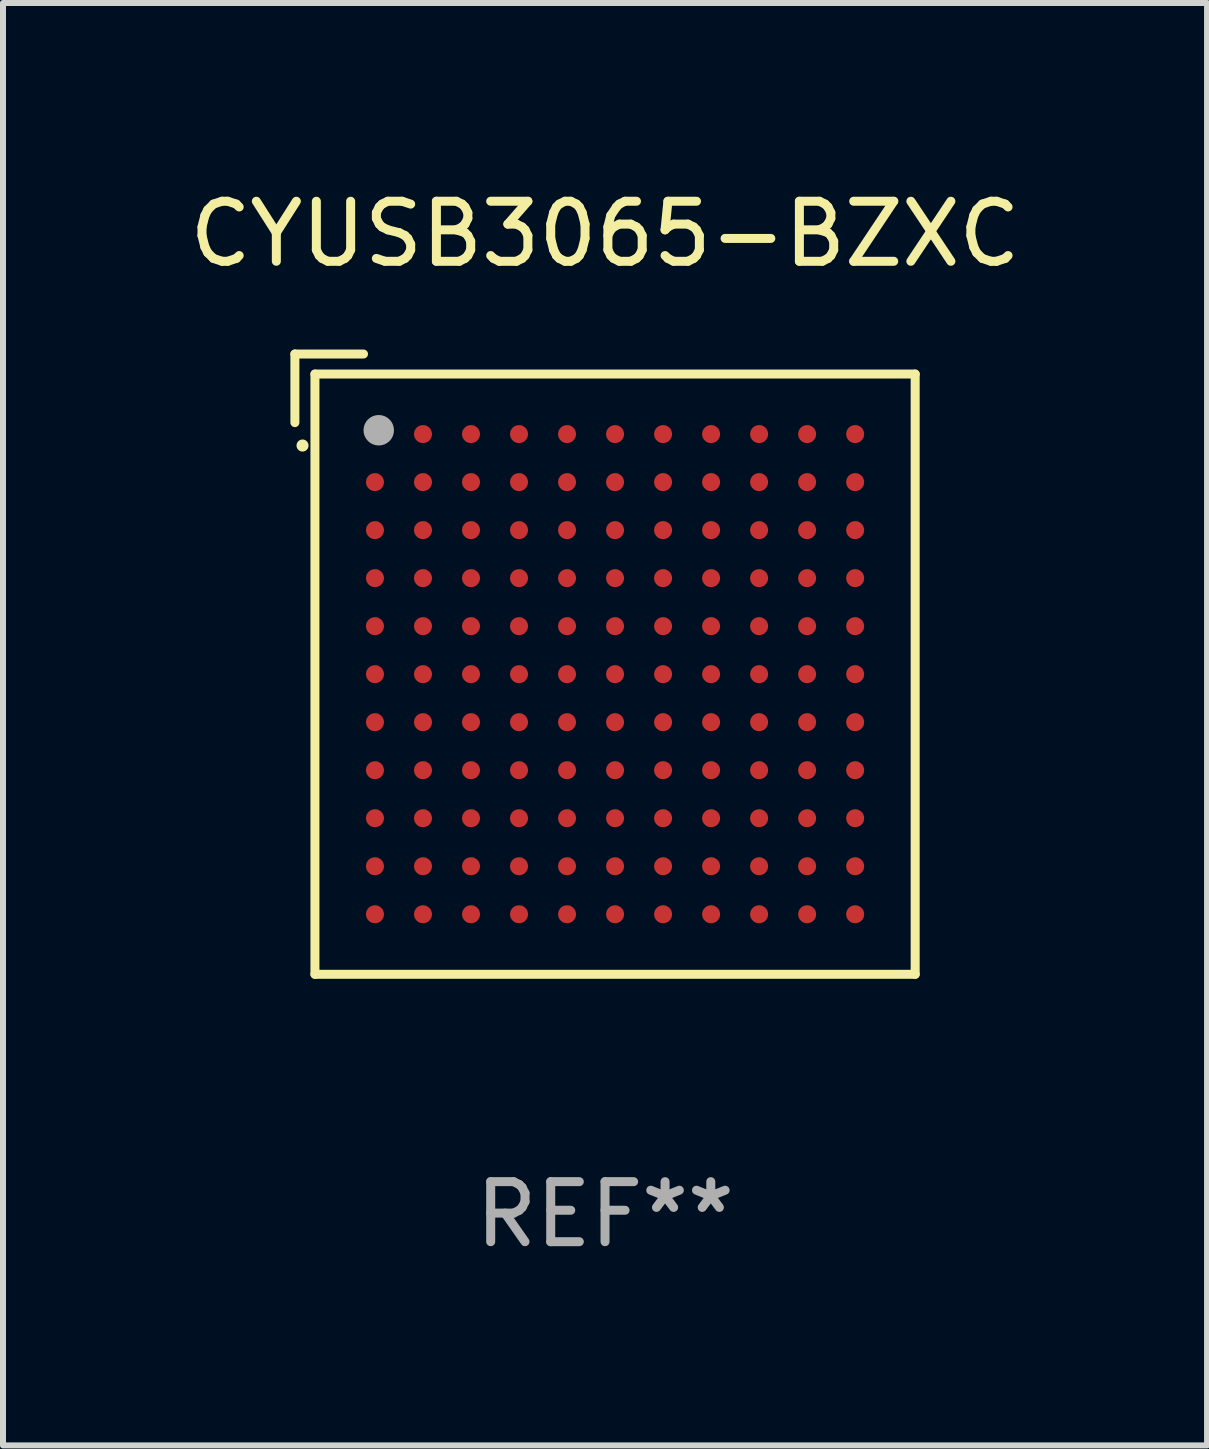
<source format=kicad_pcb>
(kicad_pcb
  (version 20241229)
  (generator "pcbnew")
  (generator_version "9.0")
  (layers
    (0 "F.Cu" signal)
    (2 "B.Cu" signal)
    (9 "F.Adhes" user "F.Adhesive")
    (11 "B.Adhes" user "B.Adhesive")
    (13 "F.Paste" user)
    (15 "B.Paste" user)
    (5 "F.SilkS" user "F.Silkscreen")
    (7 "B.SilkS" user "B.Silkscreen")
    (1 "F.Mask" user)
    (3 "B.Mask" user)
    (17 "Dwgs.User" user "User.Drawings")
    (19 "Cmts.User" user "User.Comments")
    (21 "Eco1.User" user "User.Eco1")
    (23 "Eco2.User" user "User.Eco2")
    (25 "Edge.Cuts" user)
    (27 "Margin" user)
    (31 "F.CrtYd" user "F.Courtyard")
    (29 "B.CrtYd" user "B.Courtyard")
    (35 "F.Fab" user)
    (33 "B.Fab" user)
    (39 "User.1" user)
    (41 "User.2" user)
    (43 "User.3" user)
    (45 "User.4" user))
  (footprint "CYUSB3065-BZXC"
    (layer "F.Cu")
    (at 7.03 8.015)
    (property "Reference" "CYUSB3065-BZXC" (at 0 -7.167 0) (layer "F.SilkS") (effects (font (size 1 1) (thickness 0.15))))
    (attr through_hole)
    (fp_line (start -5.167 -5.167) (end -5.167 -4.024) (stroke (width 0.15) (type solid)) (layer "F.SilkS"))
    (fp_line (start -4.833 -4.833) (end 5.167 -4.833) (stroke (width 0.15) (type solid)) (layer "F.SilkS"))
    (fp_line (start -4.833 5.167) (end -4.833 -4.833) (stroke (width 0.15) (type solid)) (layer "F.SilkS"))
    (fp_line (start -4.024 -5.167) (end -5.167 -5.167) (stroke (width 0.15) (type solid)) (layer "F.SilkS"))
    (fp_line (start 5.167 -4.833) (end 5.167 5.167) (stroke (width 0.15) (type solid)) (layer "F.SilkS"))
    (fp_line (start 5.167 5.167) (end -4.833 5.167) (stroke (width 0.15) (type solid)) (layer "F.SilkS"))
    (fp_arc (start -5.040005 -3.641732) (mid -5.040007 -3.642367) (end -5.040005 -3.643002) (stroke (width 0.2) (type solid)) (layer "F.SilkS"))
    (fp_circle (center -4.833 -4.833) (end -4.803 -4.833) (stroke (width 0.06) (type solid)) (fill no) (layer "F.SilkS"))
    (fp_circle (center -3.77 -3.897) (end -3.643 -3.897) (stroke (width 0.254) (type solid)) (fill no) (layer "F.Fab"))
    (fp_text user "REF**" (at 0 9.167 0) (layer "F.Fab") (effects (font (size 1 1) (thickness 0.15))))
    (pad "A1" smd circle (at -3.833 -3.833) (size 0.3 0.3) (layers "F.Cu" "F.Mask" "F.Paste"))
    (pad "A2" smd circle (at -3.033 -3.833) (size 0.3 0.3) (layers "F.Cu" "F.Mask" "F.Paste"))
    (pad "A3" smd circle (at -2.233 -3.833) (size 0.3 0.3) (layers "F.Cu" "F.Mask" "F.Paste"))
    (pad "A4" smd circle (at -1.433 -3.833) (size 0.3 0.3) (layers "F.Cu" "F.Mask" "F.Paste"))
    (pad "A5" smd circle (at -0.633 -3.833) (size 0.3 0.3) (layers "F.Cu" "F.Mask" "F.Paste"))
    (pad "A6" smd circle (at 0.167 -3.833) (size 0.3 0.3) (layers "F.Cu" "F.Mask" "F.Paste"))
    (pad "A7" smd circle (at 0.967 -3.833) (size 0.3 0.3) (layers "F.Cu" "F.Mask" "F.Paste"))
    (pad "A8" smd circle (at 1.767 -3.833) (size 0.3 0.3) (layers "F.Cu" "F.Mask" "F.Paste"))
    (pad "A9" smd circle (at 2.567 -3.833) (size 0.3 0.3) (layers "F.Cu" "F.Mask" "F.Paste"))
    (pad "A10" smd circle (at 3.367 -3.833) (size 0.3 0.3) (layers "F.Cu" "F.Mask" "F.Paste"))
    (pad "A11" smd circle (at 4.167 -3.833) (size 0.3 0.3) (layers "F.Cu" "F.Mask" "F.Paste"))
    (pad "B1" smd circle (at -3.833 -3.033) (size 0.3 0.3) (layers "F.Cu" "F.Mask" "F.Paste"))
    (pad "B2" smd circle (at -3.033 -3.033) (size 0.3 0.3) (layers "F.Cu" "F.Mask" "F.Paste"))
    (pad "B3" smd circle (at -2.233 -3.033) (size 0.3 0.3) (layers "F.Cu" "F.Mask" "F.Paste"))
    (pad "B4" smd circle (at -1.433 -3.033) (size 0.3 0.3) (layers "F.Cu" "F.Mask" "F.Paste"))
    (pad "B5" smd circle (at -0.633 -3.033) (size 0.3 0.3) (layers "F.Cu" "F.Mask" "F.Paste"))
    (pad "B6" smd circle (at 0.167 -3.033) (size 0.3 0.3) (layers "F.Cu" "F.Mask" "F.Paste"))
    (pad "B7" smd circle (at 0.967 -3.033) (size 0.3 0.3) (layers "F.Cu" "F.Mask" "F.Paste"))
    (pad "B8" smd circle (at 1.767 -3.033) (size 0.3 0.3) (layers "F.Cu" "F.Mask" "F.Paste"))
    (pad "B9" smd circle (at 2.567 -3.033) (size 0.3 0.3) (layers "F.Cu" "F.Mask" "F.Paste"))
    (pad "B10" smd circle (at 3.367 -3.033) (size 0.3 0.3) (layers "F.Cu" "F.Mask" "F.Paste"))
    (pad "B11" smd circle (at 4.167 -3.033) (size 0.3 0.3) (layers "F.Cu" "F.Mask" "F.Paste"))
    (pad "C1" smd circle (at -3.833 -2.233) (size 0.3 0.3) (layers "F.Cu" "F.Mask" "F.Paste"))
    (pad "C2" smd circle (at -3.033 -2.233) (size 0.3 0.3) (layers "F.Cu" "F.Mask" "F.Paste"))
    (pad "C3" smd circle (at -2.233 -2.233) (size 0.3 0.3) (layers "F.Cu" "F.Mask" "F.Paste"))
    (pad "C4" smd circle (at -1.433 -2.233) (size 0.3 0.3) (layers "F.Cu" "F.Mask" "F.Paste"))
    (pad "C5" smd circle (at -0.633 -2.233) (size 0.3 0.3) (layers "F.Cu" "F.Mask" "F.Paste"))
    (pad "C6" smd circle (at 0.167 -2.233) (size 0.3 0.3) (layers "F.Cu" "F.Mask" "F.Paste"))
    (pad "C7" smd circle (at 0.967 -2.233) (size 0.3 0.3) (layers "F.Cu" "F.Mask" "F.Paste"))
    (pad "C8" smd circle (at 1.767 -2.233) (size 0.3 0.3) (layers "F.Cu" "F.Mask" "F.Paste"))
    (pad "C9" smd circle (at 2.567 -2.233) (size 0.3 0.3) (layers "F.Cu" "F.Mask" "F.Paste"))
    (pad "C10" smd circle (at 3.367 -2.233) (size 0.3 0.3) (layers "F.Cu" "F.Mask" "F.Paste"))
    (pad "C11" smd circle (at 4.167 -2.233) (size 0.3 0.3) (layers "F.Cu" "F.Mask" "F.Paste"))
    (pad "D1" smd circle (at -3.833 -1.433) (size 0.3 0.3) (layers "F.Cu" "F.Mask" "F.Paste"))
    (pad "D2" smd circle (at -3.033 -1.433) (size 0.3 0.3) (layers "F.Cu" "F.Mask" "F.Paste"))
    (pad "D3" smd circle (at -2.233 -1.433) (size 0.3 0.3) (layers "F.Cu" "F.Mask" "F.Paste"))
    (pad "D4" smd circle (at -1.433 -1.433) (size 0.3 0.3) (layers "F.Cu" "F.Mask" "F.Paste"))
    (pad "D5" smd circle (at -0.633 -1.433) (size 0.3 0.3) (layers "F.Cu" "F.Mask" "F.Paste"))
    (pad "D6" smd circle (at 0.167 -1.433) (size 0.3 0.3) (layers "F.Cu" "F.Mask" "F.Paste"))
    (pad "D7" smd circle (at 0.967 -1.433) (size 0.3 0.3) (layers "F.Cu" "F.Mask" "F.Paste"))
    (pad "D8" smd circle (at 1.767 -1.433) (size 0.3 0.3) (layers "F.Cu" "F.Mask" "F.Paste"))
    (pad "D9" smd circle (at 2.567 -1.433) (size 0.3 0.3) (layers "F.Cu" "F.Mask" "F.Paste"))
    (pad "D10" smd circle (at 3.367 -1.433) (size 0.3 0.3) (layers "F.Cu" "F.Mask" "F.Paste"))
    (pad "D11" smd circle (at 4.167 -1.433) (size 0.3 0.3) (layers "F.Cu" "F.Mask" "F.Paste"))
    (pad "E1" smd circle (at -3.833 -0.633) (size 0.3 0.3) (layers "F.Cu" "F.Mask" "F.Paste"))
    (pad "E2" smd circle (at -3.033 -0.633) (size 0.3 0.3) (layers "F.Cu" "F.Mask" "F.Paste"))
    (pad "E3" smd circle (at -2.233 -0.633) (size 0.3 0.3) (layers "F.Cu" "F.Mask" "F.Paste"))
    (pad "E4" smd circle (at -1.433 -0.633) (size 0.3 0.3) (layers "F.Cu" "F.Mask" "F.Paste"))
    (pad "E5" smd circle (at -0.633 -0.633) (size 0.3 0.3) (layers "F.Cu" "F.Mask" "F.Paste"))
    (pad "E6" smd circle (at 0.167 -0.633) (size 0.3 0.3) (layers "F.Cu" "F.Mask" "F.Paste"))
    (pad "E7" smd circle (at 0.967 -0.633) (size 0.3 0.3) (layers "F.Cu" "F.Mask" "F.Paste"))
    (pad "E8" smd circle (at 1.767 -0.633) (size 0.3 0.3) (layers "F.Cu" "F.Mask" "F.Paste"))
    (pad "E9" smd circle (at 2.567 -0.633) (size 0.3 0.3) (layers "F.Cu" "F.Mask" "F.Paste"))
    (pad "E10" smd circle (at 3.367 -0.633) (size 0.3 0.3) (layers "F.Cu" "F.Mask" "F.Paste"))
    (pad "E11" smd circle (at 4.167 -0.633) (size 0.3 0.3) (layers "F.Cu" "F.Mask" "F.Paste"))
    (pad "F1" smd circle (at -3.833 0.167) (size 0.3 0.3) (layers "F.Cu" "F.Mask" "F.Paste"))
    (pad "F2" smd circle (at -3.033 0.167) (size 0.3 0.3) (layers "F.Cu" "F.Mask" "F.Paste"))
    (pad "F3" smd circle (at -2.233 0.167) (size 0.3 0.3) (layers "F.Cu" "F.Mask" "F.Paste"))
    (pad "F4" smd circle (at -1.433 0.167) (size 0.3 0.3) (layers "F.Cu" "F.Mask" "F.Paste"))
    (pad "F5" smd circle (at -0.633 0.167) (size 0.3 0.3) (layers "F.Cu" "F.Mask" "F.Paste"))
    (pad "F6" smd circle (at 0.167 0.167) (size 0.3 0.3) (layers "F.Cu" "F.Mask" "F.Paste"))
    (pad "F7" smd circle (at 0.967 0.167) (size 0.3 0.3) (layers "F.Cu" "F.Mask" "F.Paste"))
    (pad "F8" smd circle (at 1.767 0.167) (size 0.3 0.3) (layers "F.Cu" "F.Mask" "F.Paste"))
    (pad "F9" smd circle (at 2.567 0.167) (size 0.3 0.3) (layers "F.Cu" "F.Mask" "F.Paste"))
    (pad "F10" smd circle (at 3.367 0.167) (size 0.3 0.3) (layers "F.Cu" "F.Mask" "F.Paste"))
    (pad "F11" smd circle (at 4.167 0.167) (size 0.3 0.3) (layers "F.Cu" "F.Mask" "F.Paste"))
    (pad "G1" smd circle (at -3.833 0.967) (size 0.3 0.3) (layers "F.Cu" "F.Mask" "F.Paste"))
    (pad "G2" smd circle (at -3.033 0.967) (size 0.3 0.3) (layers "F.Cu" "F.Mask" "F.Paste"))
    (pad "G3" smd circle (at -2.233 0.967) (size 0.3 0.3) (layers "F.Cu" "F.Mask" "F.Paste"))
    (pad "G4" smd circle (at -1.433 0.967) (size 0.3 0.3) (layers "F.Cu" "F.Mask" "F.Paste"))
    (pad "G5" smd circle (at -0.633 0.967) (size 0.3 0.3) (layers "F.Cu" "F.Mask" "F.Paste"))
    (pad "G6" smd circle (at 0.167 0.967) (size 0.3 0.3) (layers "F.Cu" "F.Mask" "F.Paste"))
    (pad "G7" smd circle (at 0.967 0.967) (size 0.3 0.3) (layers "F.Cu" "F.Mask" "F.Paste"))
    (pad "G8" smd circle (at 1.767 0.967) (size 0.3 0.3) (layers "F.Cu" "F.Mask" "F.Paste"))
    (pad "G9" smd circle (at 2.567 0.967) (size 0.3 0.3) (layers "F.Cu" "F.Mask" "F.Paste"))
    (pad "G10" smd circle (at 3.367 0.967) (size 0.3 0.3) (layers "F.Cu" "F.Mask" "F.Paste"))
    (pad "G11" smd circle (at 4.167 0.967) (size 0.3 0.3) (layers "F.Cu" "F.Mask" "F.Paste"))
    (pad "H1" smd circle (at -3.833 1.767) (size 0.3 0.3) (layers "F.Cu" "F.Mask" "F.Paste"))
    (pad "H2" smd circle (at -3.033 1.767) (size 0.3 0.3) (layers "F.Cu" "F.Mask" "F.Paste"))
    (pad "H3" smd circle (at -2.233 1.767) (size 0.3 0.3) (layers "F.Cu" "F.Mask" "F.Paste"))
    (pad "H4" smd circle (at -1.433 1.767) (size 0.3 0.3) (layers "F.Cu" "F.Mask" "F.Paste"))
    (pad "H5" smd circle (at -0.633 1.767) (size 0.3 0.3) (layers "F.Cu" "F.Mask" "F.Paste"))
    (pad "H6" smd circle (at 0.167 1.767) (size 0.3 0.3) (layers "F.Cu" "F.Mask" "F.Paste"))
    (pad "H7" smd circle (at 0.967 1.767) (size 0.3 0.3) (layers "F.Cu" "F.Mask" "F.Paste"))
    (pad "H8" smd circle (at 1.767 1.767) (size 0.3 0.3) (layers "F.Cu" "F.Mask" "F.Paste"))
    (pad "H9" smd circle (at 2.567 1.767) (size 0.3 0.3) (layers "F.Cu" "F.Mask" "F.Paste"))
    (pad "H10" smd circle (at 3.367 1.767) (size 0.3 0.3) (layers "F.Cu" "F.Mask" "F.Paste"))
    (pad "H11" smd circle (at 4.167 1.767) (size 0.3 0.3) (layers "F.Cu" "F.Mask" "F.Paste"))
    (pad "J1" smd circle (at -3.833 2.567) (size 0.3 0.3) (layers "F.Cu" "F.Mask" "F.Paste"))
    (pad "J2" smd circle (at -3.033 2.567) (size 0.3 0.3) (layers "F.Cu" "F.Mask" "F.Paste"))
    (pad "J3" smd circle (at -2.233 2.567) (size 0.3 0.3) (layers "F.Cu" "F.Mask" "F.Paste"))
    (pad "J4" smd circle (at -1.433 2.567) (size 0.3 0.3) (layers "F.Cu" "F.Mask" "F.Paste"))
    (pad "J5" smd circle (at -0.633 2.567) (size 0.3 0.3) (layers "F.Cu" "F.Mask" "F.Paste"))
    (pad "J6" smd circle (at 0.167 2.567) (size 0.3 0.3) (layers "F.Cu" "F.Mask" "F.Paste"))
    (pad "J7" smd circle (at 0.967 2.567) (size 0.3 0.3) (layers "F.Cu" "F.Mask" "F.Paste"))
    (pad "J8" smd circle (at 1.767 2.567) (size 0.3 0.3) (layers "F.Cu" "F.Mask" "F.Paste"))
    (pad "J9" smd circle (at 2.567 2.567) (size 0.3 0.3) (layers "F.Cu" "F.Mask" "F.Paste"))
    (pad "J10" smd circle (at 3.367 2.567) (size 0.3 0.3) (layers "F.Cu" "F.Mask" "F.Paste"))
    (pad "J11" smd circle (at 4.167 2.567) (size 0.3 0.3) (layers "F.Cu" "F.Mask" "F.Paste"))
    (pad "K1" smd circle (at -3.833 3.367) (size 0.3 0.3) (layers "F.Cu" "F.Mask" "F.Paste"))
    (pad "K2" smd circle (at -3.033 3.367) (size 0.3 0.3) (layers "F.Cu" "F.Mask" "F.Paste"))
    (pad "K3" smd circle (at -2.233 3.367) (size 0.3 0.3) (layers "F.Cu" "F.Mask" "F.Paste"))
    (pad "K4" smd circle (at -1.433 3.367) (size 0.3 0.3) (layers "F.Cu" "F.Mask" "F.Paste"))
    (pad "K5" smd circle (at -0.633 3.367) (size 0.3 0.3) (layers "F.Cu" "F.Mask" "F.Paste"))
    (pad "K6" smd circle (at 0.167 3.367) (size 0.3 0.3) (layers "F.Cu" "F.Mask" "F.Paste"))
    (pad "K7" smd circle (at 0.967 3.367) (size 0.3 0.3) (layers "F.Cu" "F.Mask" "F.Paste"))
    (pad "K8" smd circle (at 1.767 3.367) (size 0.3 0.3) (layers "F.Cu" "F.Mask" "F.Paste"))
    (pad "K9" smd circle (at 2.567 3.367) (size 0.3 0.3) (layers "F.Cu" "F.Mask" "F.Paste"))
    (pad "K10" smd circle (at 3.367 3.367) (size 0.3 0.3) (layers "F.Cu" "F.Mask" "F.Paste"))
    (pad "K11" smd circle (at 4.167 3.367) (size 0.3 0.3) (layers "F.Cu" "F.Mask" "F.Paste"))
    (pad "L1" smd circle (at -3.833 4.167) (size 0.3 0.3) (layers "F.Cu" "F.Mask" "F.Paste"))
    (pad "L2" smd circle (at -3.033 4.167) (size 0.3 0.3) (layers "F.Cu" "F.Mask" "F.Paste"))
    (pad "L3" smd circle (at -2.233 4.167) (size 0.3 0.3) (layers "F.Cu" "F.Mask" "F.Paste"))
    (pad "L4" smd circle (at -1.433 4.167) (size 0.3 0.3) (layers "F.Cu" "F.Mask" "F.Paste"))
    (pad "L5" smd circle (at -0.633 4.167) (size 0.3 0.3) (layers "F.Cu" "F.Mask" "F.Paste"))
    (pad "L6" smd circle (at 0.167 4.167) (size 0.3 0.3) (layers "F.Cu" "F.Mask" "F.Paste"))
    (pad "L7" smd circle (at 0.967 4.167) (size 0.3 0.3) (layers "F.Cu" "F.Mask" "F.Paste"))
    (pad "L8" smd circle (at 1.767 4.167) (size 0.3 0.3) (layers "F.Cu" "F.Mask" "F.Paste"))
    (pad "L9" smd circle (at 2.567 4.167) (size 0.3 0.3) (layers "F.Cu" "F.Mask" "F.Paste"))
    (pad "L10" smd circle (at 3.367 4.167) (size 0.3 0.3) (layers "F.Cu" "F.Mask" "F.Paste"))
    (pad "L11" smd circle (at 4.167 4.167) (size 0.3 0.3) (layers "F.Cu" "F.Mask" "F.Paste")))
  (gr_rect
    (start -3 -3)
    (end 17.06 21.031)
    (stroke (width 0.1) (type default))
    (fill no)
    (layer "Edge.Cuts")))
</source>
